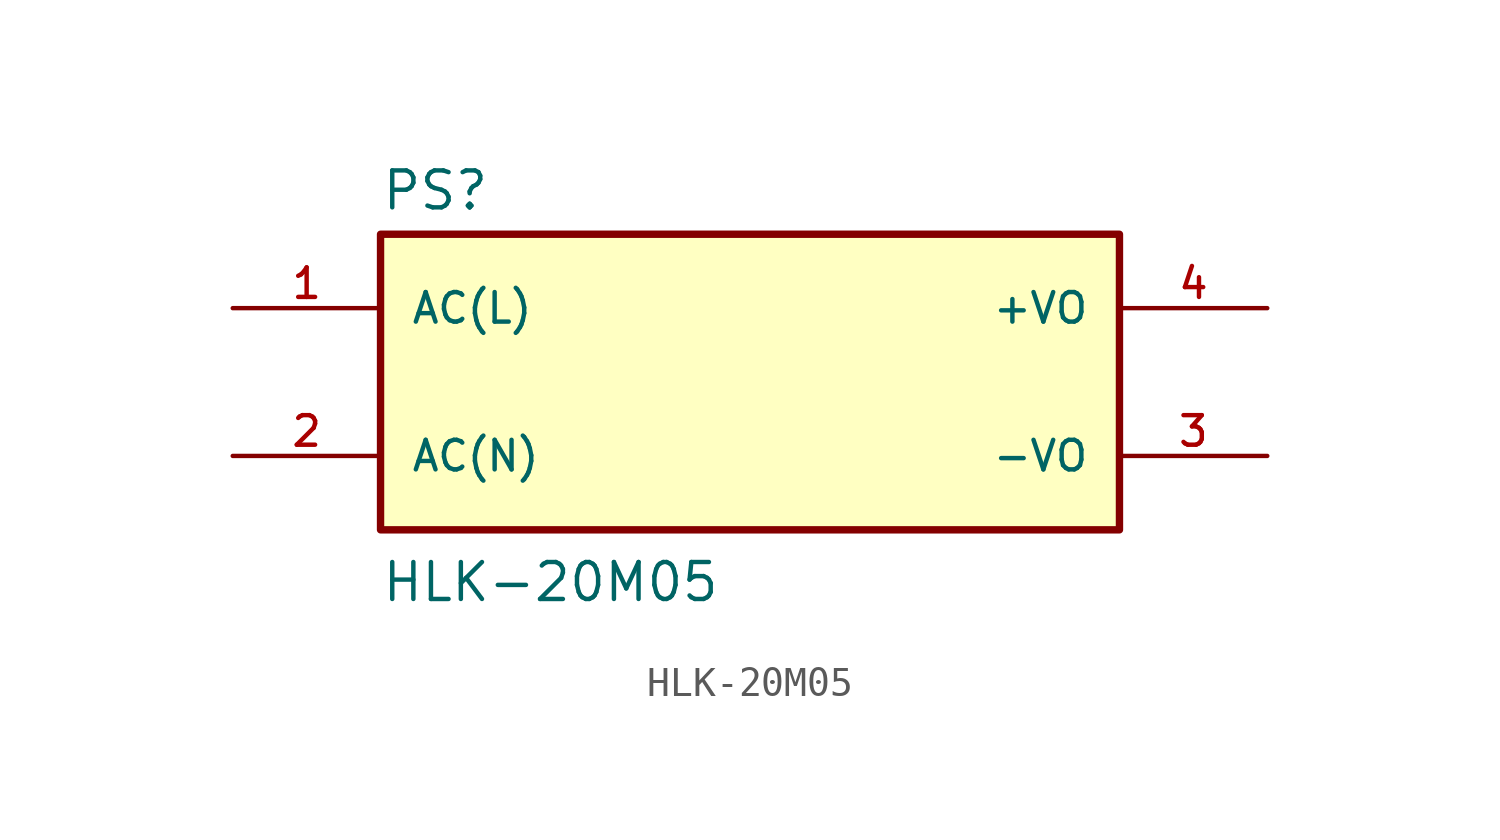
<source format=kicad_sym>
(kicad_symbol_lib
  (version 20211014)
  (generator kicad_symbol_editor)
  (symbol "HLK-20M05"
    (pin_names
      (offset 1.016))
    (property "Reference" "PS"
      (at -12.7 5.842 0)
      (effects (font (size 1.27 1.27)) (justify bottom left)))
    (property "Value" "HLK-20M05"
      (at -12.7 -7.62 0)
      (effects (font (size 1.27 1.27)) (justify bottom left)))
    (symbol "HLK-20M05_0_0"
      (rectangle (start -12.7 -5.08) (end 12.7 5.08) (stroke (width 0.254)) (fill (type background)))
      (pin input line (at -17.78 2.54 0) (length 5.08) (name "AC(L)" (effects (font (size 1.016 1.016)))) (number "1" (effects (font (size 1.016 1.016)))))
      (pin input line (at -17.78 -2.54 0) (length 5.08) (name "AC(N)" (effects (font (size 1.016 1.016)))) (number "2" (effects (font (size 1.016 1.016)))))
      (pin output line (at 17.78 -2.54 180.0) (length 5.08) (name "-VO" (effects (font (size 1.016 1.016)))) (number "3" (effects (font (size 1.016 1.016)))))
      (pin output line (at 17.78 2.54 180.0) (length 5.08) (name "+VO" (effects (font (size 1.016 1.016)))) (number "4" (effects (font (size 1.016 1.016))))))))
</source>
